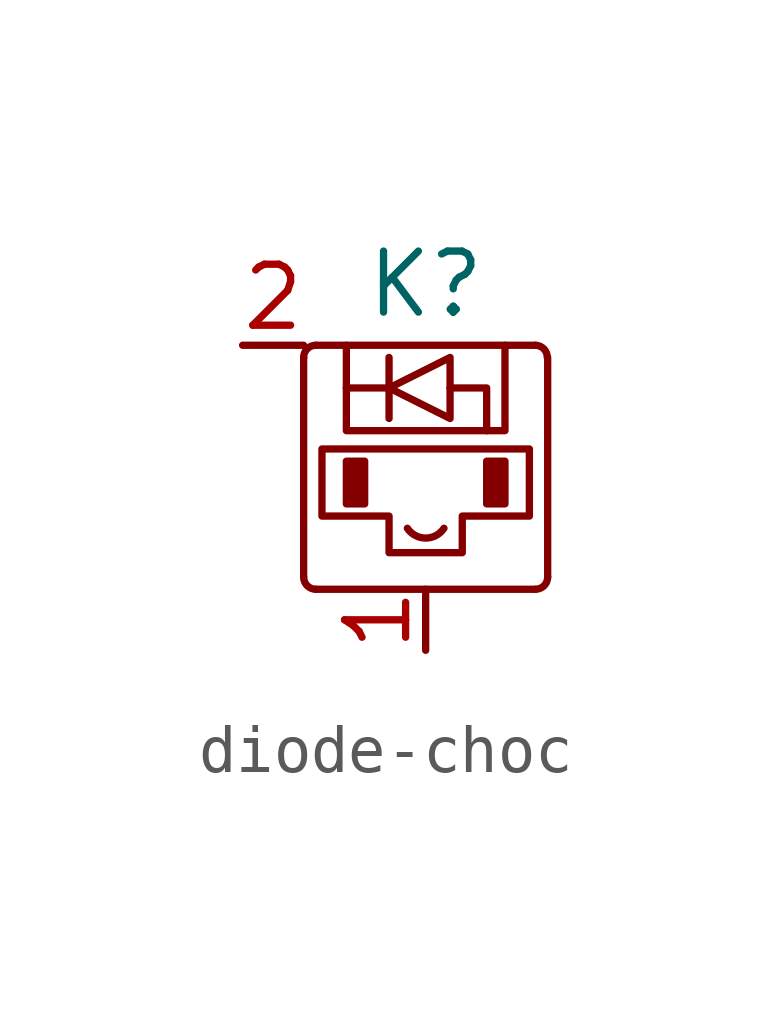
<source format=kicad_sym>
(kicad_symbol_lib
  (version 20211014)
  (generator kicad_symbol_editor)
  (symbol "diode-choc"
    (pin_names
      (offset 1.016))
    (property "Reference" "K"
      (at 0 3.81 0)
      (effects (font (size 1.27 1.27))))
    (symbol "diode-choc_0_1"
      (arc (start -2.54 -2.286) (mid -2.4656 -2.4656) (end -2.286 -2.54) (stroke (width 0) (type default) (color 0 0 0 0)) (fill (type none)))
      (arc (start -2.286 2.54) (mid -2.4656 2.4656) (end -2.54 2.286) (stroke (width 0) (type default) (color 0 0 0 0)) (fill (type none)))
      (rectangle (start -1.651 0.127) (end -1.27 -0.762) (stroke (width 0) (type default) (color 0 0 0 0)) (fill (type outline)))
      (arc (start -0.381 -1.27) (mid 0 -1.4739) (end 0.381 -1.27) (stroke (width 0) (type default) (color 0 0 0 0)) (fill (type none)))
      (polyline (pts (xy -2.54 2.286) (xy -2.54 -2.286)) (stroke (width 0) (type default) (color 0 0 0 0)) (fill (type none)))
      (polyline (pts (xy -2.286 -2.54) (xy 2.286 -2.54)) (stroke (width 0) (type default) (color 0 0 0 0)) (fill (type none)))
      (polyline (pts (xy -2.286 2.54) (xy 2.286 2.54)) (stroke (width 0) (type default) (color 0 0 0 0)) (fill (type none)))
      (polyline (pts (xy -1.651 1.651) (xy -0.762 1.651)) (stroke (width 0) (type default) (color 0 0 0 0)) (fill (type none)))
      (polyline (pts (xy -0.762 2.286) (xy -0.762 1.016)) (stroke (width 0) (type default) (color 0 0 0 0)) (fill (type none)))
      (polyline (pts (xy 2.54 -2.286) (xy 2.54 2.286)) (stroke (width 0) (type default) (color 0 0 0 0)) (fill (type none)))
      (polyline (pts (xy 0.508 1.651) (xy 1.27 1.651) (xy 1.27 0.762)) (stroke (width 0) (type default) (color 0 0 0 0)) (fill (type none)))
      (polyline (pts (xy -1.651 2.54) (xy -1.651 0.762) (xy 1.651 0.762) (xy 1.651 2.54)) (stroke (width 0) (type default) (color 0 0 0 0)) (fill (type none)))
      (polyline (pts (xy -0.762 1.651) (xy 0.508 2.286) (xy 0.508 1.016) (xy -0.762 1.651)) (stroke (width 0) (type default) (color 0 0 0 0)) (fill (type none)))
      (polyline (pts (xy -2.159 0.381) (xy -2.159 -1.016) (xy -0.762 -1.016) (xy -0.762 -1.778) (xy 0.762 -1.778) (xy 0.762 -1.016) (xy 2.159 -1.016) (xy 2.159 0.381) (xy -2.159 0.381)) (stroke (width 0) (type default) (color 0 0 0 0)) (fill (type none)))
      (arc (start 2.286 -2.54) (mid 2.4656 -2.4656) (end 2.54 -2.286) (stroke (width 0) (type default) (color 0 0 0 0)) (fill (type none)))
      (arc (start 2.54 2.286) (mid 2.4656 2.4656) (end 2.286 2.54) (stroke (width 0) (type default) (color 0 0 0 0)) (fill (type none))))
    (symbol "diode-choc_1_1"
      (rectangle (start 1.27 0.127) (end 1.651 -0.762) (stroke (width 0) (type default) (color 0 0 0 0)) (fill (type outline)))
      (pin input line (at 0 -3.81 90) (length 1.27) (name "~" (effects (font (size 1.27 1.27)))) (number "1" (effects (font (size 1.27 1.27)))))
      (pin output line (at -3.81 2.54 0) (length 1.27) (name "~" (effects (font (size 1.27 1.27)))) (number "2" (effects (font (size 1.27 1.27))))))))
</source>
